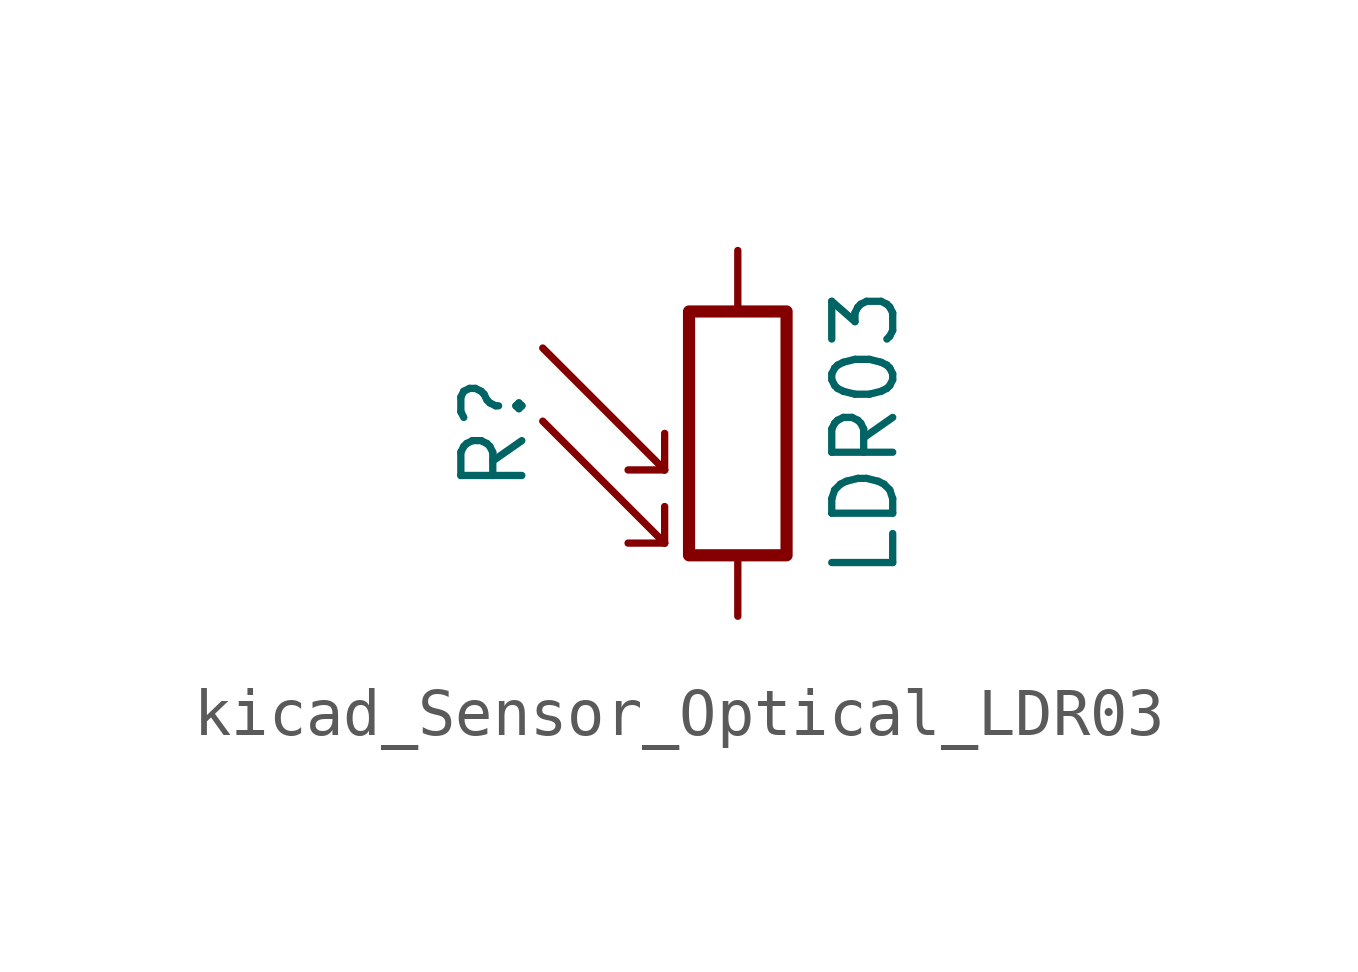
<source format=kicad_sym>
(kicad_symbol_lib
  (version 20220914)
  (generator kicad_symbol_editor)
  (symbol "kicad_Sensor_Optical_LDR03"
    (pin_numbers hide)
    (pin_names
      (offset 0))
    (property "Reference" "R"
      (at -5.08 0 90)
      (effects (font (size 1.27 1.27))))
    (property "Value" "LDR03"
      (at 1.905 0 90)
      (effects (font (size 1.27 1.27)) (justify top)))
    (symbol "kicad_Sensor_Optical_LDR03_0_1"
      (rectangle (start -1.016 2.54) (end 1.016 -2.54) (stroke (width 0.254) (type default)) (fill (type none)))
      (polyline (pts (xy -1.524 -2.286) (xy -4.064 0.254)) (stroke (width 0) (type default)) (fill (type none)))
      (polyline (pts (xy -1.524 -2.286) (xy -2.286 -2.286)) (stroke (width 0) (type default)) (fill (type none)))
      (polyline (pts (xy -1.524 -2.286) (xy -1.524 -1.524)) (stroke (width 0) (type default)) (fill (type none)))
      (polyline (pts (xy -1.524 -0.762) (xy -4.064 1.778)) (stroke (width 0) (type default)) (fill (type none)))
      (polyline (pts (xy -1.524 -0.762) (xy -2.286 -0.762)) (stroke (width 0) (type default)) (fill (type none)))
      (polyline (pts (xy -1.524 -0.762) (xy -1.524 0)) (stroke (width 0) (type default)) (fill (type none))))
    (symbol "kicad_Sensor_Optical_LDR03_1_1"
      (pin passive line (at 0 3.81 270) (length 1.27) (name "~" (effects (font (size 1.27 1.27)))) (number "1" (effects (font (size 1.27 1.27)))))
      (pin passive line (at 0 -3.81 90) (length 1.27) (name "~" (effects (font (size 1.27 1.27)))) (number "2" (effects (font (size 1.27 1.27))))))))
</source>
